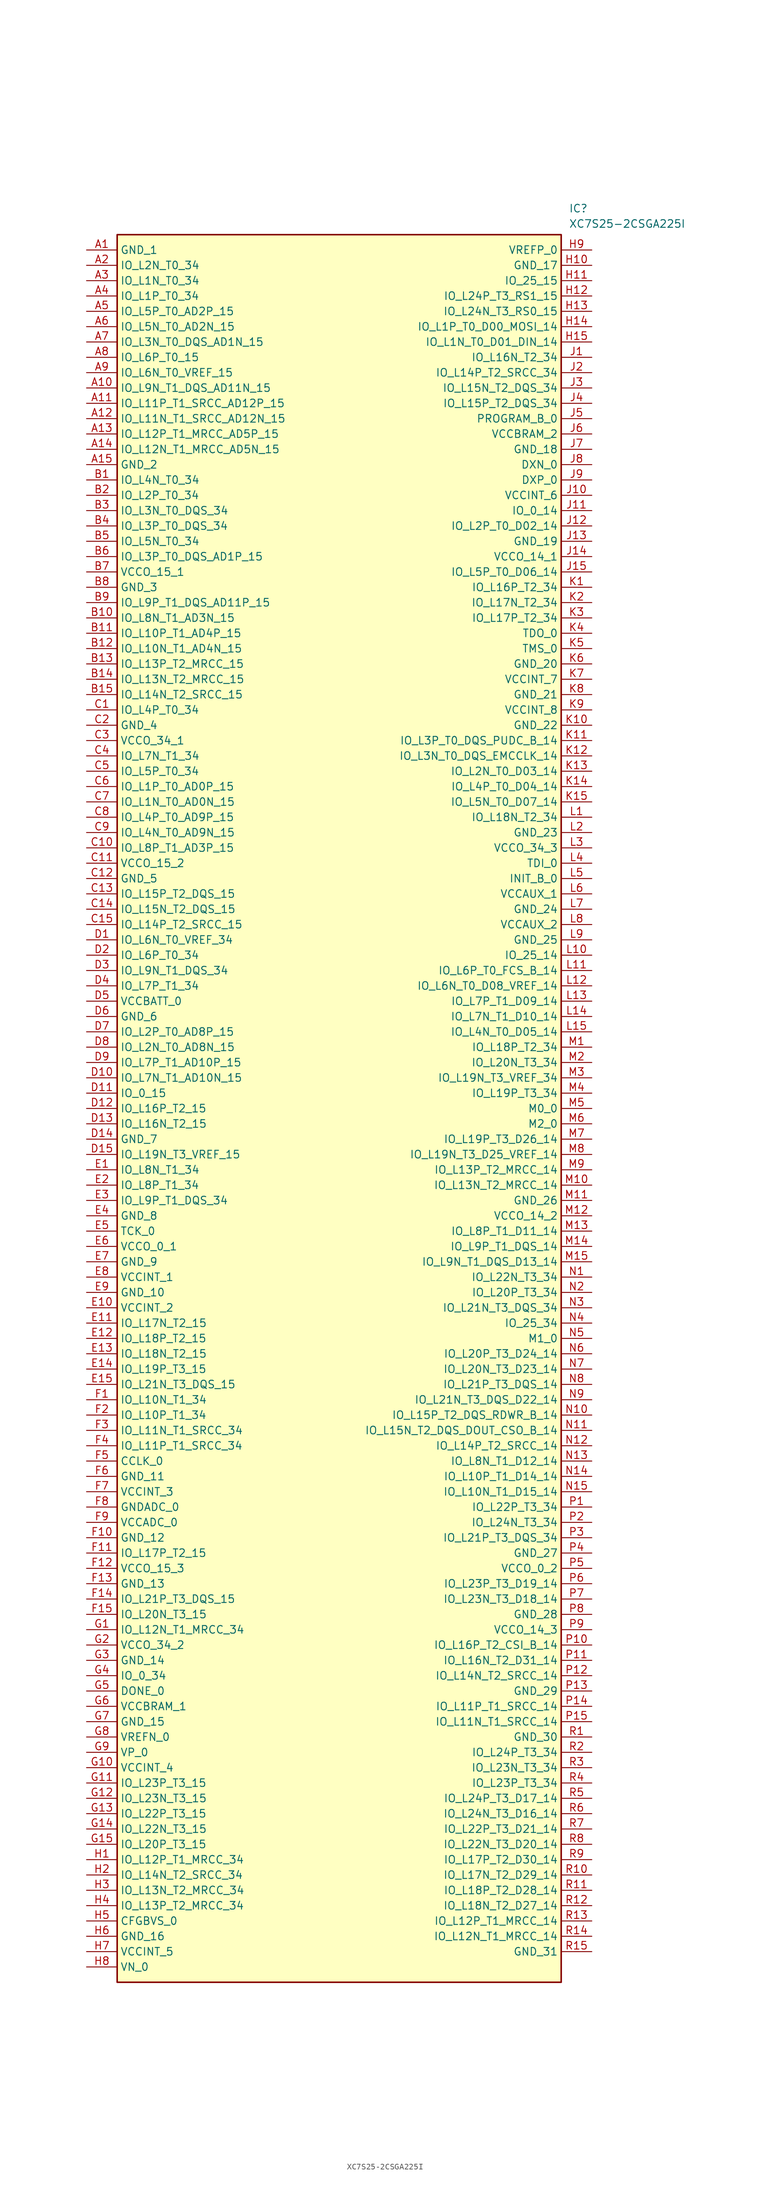
<source format=kicad_sym>
(kicad_symbol_lib
  (version 20211014)
  (generator SamacSys_ECAD_Model)
  (symbol "XC7S25-2CSGA225I"
    (property "Reference" "IC"
      (at 80.01 7.62 0)
      (effects (font (size 1.27 1.27)) (justify left top)))
    (property "Value" "XC7S25-2CSGA225I"
      (at 80.01 5.08 0)
      (effects (font (size 1.27 1.27)) (justify left top)))
    (rectangle
      (start 5.08 2.54)
      (end 78.74 -287.02)
      (stroke (width 0.254) (type default))
      (fill (type background)))
    (pin passive line
      (at 0 0 0)
      (length 5.08)
      (name "GND_1" (effects (font (size 1.27 1.27))))
      (number "A1" (effects (font (size 1.27 1.27)))))
    (pin passive line
      (at 0 -2.54 0)
      (length 5.08)
      (name "IO_L2N_T0_34" (effects (font (size 1.27 1.27))))
      (number "A2" (effects (font (size 1.27 1.27)))))
    (pin passive line
      (at 0 -5.08 0)
      (length 5.08)
      (name "IO_L1N_T0_34" (effects (font (size 1.27 1.27))))
      (number "A3" (effects (font (size 1.27 1.27)))))
    (pin passive line
      (at 0 -7.62 0)
      (length 5.08)
      (name "IO_L1P_T0_34" (effects (font (size 1.27 1.27))))
      (number "A4" (effects (font (size 1.27 1.27)))))
    (pin passive line
      (at 0 -10.16 0)
      (length 5.08)
      (name "IO_L5P_T0_AD2P_15" (effects (font (size 1.27 1.27))))
      (number "A5" (effects (font (size 1.27 1.27)))))
    (pin passive line
      (at 0 -12.7 0)
      (length 5.08)
      (name "IO_L5N_T0_AD2N_15" (effects (font (size 1.27 1.27))))
      (number "A6" (effects (font (size 1.27 1.27)))))
    (pin passive line
      (at 0 -15.24 0)
      (length 5.08)
      (name "IO_L3N_T0_DQS_AD1N_15" (effects (font (size 1.27 1.27))))
      (number "A7" (effects (font (size 1.27 1.27)))))
    (pin passive line
      (at 0 -17.78 0)
      (length 5.08)
      (name "IO_L6P_T0_15" (effects (font (size 1.27 1.27))))
      (number "A8" (effects (font (size 1.27 1.27)))))
    (pin passive line
      (at 0 -20.32 0)
      (length 5.08)
      (name "IO_L6N_T0_VREF_15" (effects (font (size 1.27 1.27))))
      (number "A9" (effects (font (size 1.27 1.27)))))
    (pin passive line
      (at 0 -22.86 0)
      (length 5.08)
      (name "IO_L9N_T1_DQS_AD11N_15" (effects (font (size 1.27 1.27))))
      (number "A10" (effects (font (size 1.27 1.27)))))
    (pin passive line
      (at 0 -25.4 0)
      (length 5.08)
      (name "IO_L11P_T1_SRCC_AD12P_15" (effects (font (size 1.27 1.27))))
      (number "A11" (effects (font (size 1.27 1.27)))))
    (pin passive line
      (at 0 -27.94 0)
      (length 5.08)
      (name "IO_L11N_T1_SRCC_AD12N_15" (effects (font (size 1.27 1.27))))
      (number "A12" (effects (font (size 1.27 1.27)))))
    (pin passive line
      (at 0 -30.48 0)
      (length 5.08)
      (name "IO_L12P_T1_MRCC_AD5P_15" (effects (font (size 1.27 1.27))))
      (number "A13" (effects (font (size 1.27 1.27)))))
    (pin passive line
      (at 0 -33.02 0)
      (length 5.08)
      (name "IO_L12N_T1_MRCC_AD5N_15" (effects (font (size 1.27 1.27))))
      (number "A14" (effects (font (size 1.27 1.27)))))
    (pin passive line
      (at 0 -35.56 0)
      (length 5.08)
      (name "GND_2" (effects (font (size 1.27 1.27))))
      (number "A15" (effects (font (size 1.27 1.27)))))
    (pin passive line
      (at 0 -38.1 0)
      (length 5.08)
      (name "IO_L4N_T0_34" (effects (font (size 1.27 1.27))))
      (number "B1" (effects (font (size 1.27 1.27)))))
    (pin passive line
      (at 0 -40.64 0)
      (length 5.08)
      (name "IO_L2P_T0_34" (effects (font (size 1.27 1.27))))
      (number "B2" (effects (font (size 1.27 1.27)))))
    (pin passive line
      (at 0 -43.18 0)
      (length 5.08)
      (name "IO_L3N_T0_DQS_34" (effects (font (size 1.27 1.27))))
      (number "B3" (effects (font (size 1.27 1.27)))))
    (pin passive line
      (at 0 -45.72 0)
      (length 5.08)
      (name "IO_L3P_T0_DQS_34" (effects (font (size 1.27 1.27))))
      (number "B4" (effects (font (size 1.27 1.27)))))
    (pin passive line
      (at 0 -48.26 0)
      (length 5.08)
      (name "IO_L5N_T0_34" (effects (font (size 1.27 1.27))))
      (number "B5" (effects (font (size 1.27 1.27)))))
    (pin passive line
      (at 0 -50.8 0)
      (length 5.08)
      (name "IO_L3P_T0_DQS_AD1P_15" (effects (font (size 1.27 1.27))))
      (number "B6" (effects (font (size 1.27 1.27)))))
    (pin passive line
      (at 0 -53.34 0)
      (length 5.08)
      (name "VCCO_15_1" (effects (font (size 1.27 1.27))))
      (number "B7" (effects (font (size 1.27 1.27)))))
    (pin passive line
      (at 0 -55.88 0)
      (length 5.08)
      (name "GND_3" (effects (font (size 1.27 1.27))))
      (number "B8" (effects (font (size 1.27 1.27)))))
    (pin passive line
      (at 0 -58.42 0)
      (length 5.08)
      (name "IO_L9P_T1_DQS_AD11P_15" (effects (font (size 1.27 1.27))))
      (number "B9" (effects (font (size 1.27 1.27)))))
    (pin passive line
      (at 0 -60.96 0)
      (length 5.08)
      (name "IO_L8N_T1_AD3N_15" (effects (font (size 1.27 1.27))))
      (number "B10" (effects (font (size 1.27 1.27)))))
    (pin passive line
      (at 0 -63.5 0)
      (length 5.08)
      (name "IO_L10P_T1_AD4P_15" (effects (font (size 1.27 1.27))))
      (number "B11" (effects (font (size 1.27 1.27)))))
    (pin passive line
      (at 0 -66.04 0)
      (length 5.08)
      (name "IO_L10N_T1_AD4N_15" (effects (font (size 1.27 1.27))))
      (number "B12" (effects (font (size 1.27 1.27)))))
    (pin passive line
      (at 0 -68.58 0)
      (length 5.08)
      (name "IO_L13P_T2_MRCC_15" (effects (font (size 1.27 1.27))))
      (number "B13" (effects (font (size 1.27 1.27)))))
    (pin passive line
      (at 0 -71.12 0)
      (length 5.08)
      (name "IO_L13N_T2_MRCC_15" (effects (font (size 1.27 1.27))))
      (number "B14" (effects (font (size 1.27 1.27)))))
    (pin passive line
      (at 0 -73.66 0)
      (length 5.08)
      (name "IO_L14N_T2_SRCC_15" (effects (font (size 1.27 1.27))))
      (number "B15" (effects (font (size 1.27 1.27)))))
    (pin passive line
      (at 0 -76.2 0)
      (length 5.08)
      (name "IO_L4P_T0_34" (effects (font (size 1.27 1.27))))
      (number "C1" (effects (font (size 1.27 1.27)))))
    (pin passive line
      (at 0 -78.74 0)
      (length 5.08)
      (name "GND_4" (effects (font (size 1.27 1.27))))
      (number "C2" (effects (font (size 1.27 1.27)))))
    (pin passive line
      (at 0 -81.28 0)
      (length 5.08)
      (name "VCCO_34_1" (effects (font (size 1.27 1.27))))
      (number "C3" (effects (font (size 1.27 1.27)))))
    (pin passive line
      (at 0 -83.82 0)
      (length 5.08)
      (name "IO_L7N_T1_34" (effects (font (size 1.27 1.27))))
      (number "C4" (effects (font (size 1.27 1.27)))))
    (pin passive line
      (at 0 -86.36 0)
      (length 5.08)
      (name "IO_L5P_T0_34" (effects (font (size 1.27 1.27))))
      (number "C5" (effects (font (size 1.27 1.27)))))
    (pin passive line
      (at 0 -88.9 0)
      (length 5.08)
      (name "IO_L1P_T0_AD0P_15" (effects (font (size 1.27 1.27))))
      (number "C6" (effects (font (size 1.27 1.27)))))
    (pin passive line
      (at 0 -91.44 0)
      (length 5.08)
      (name "IO_L1N_T0_AD0N_15" (effects (font (size 1.27 1.27))))
      (number "C7" (effects (font (size 1.27 1.27)))))
    (pin passive line
      (at 0 -93.98 0)
      (length 5.08)
      (name "IO_L4P_T0_AD9P_15" (effects (font (size 1.27 1.27))))
      (number "C8" (effects (font (size 1.27 1.27)))))
    (pin passive line
      (at 0 -96.52 0)
      (length 5.08)
      (name "IO_L4N_T0_AD9N_15" (effects (font (size 1.27 1.27))))
      (number "C9" (effects (font (size 1.27 1.27)))))
    (pin passive line
      (at 0 -99.06 0)
      (length 5.08)
      (name "IO_L8P_T1_AD3P_15" (effects (font (size 1.27 1.27))))
      (number "C10" (effects (font (size 1.27 1.27)))))
    (pin passive line
      (at 0 -101.6 0)
      (length 5.08)
      (name "VCCO_15_2" (effects (font (size 1.27 1.27))))
      (number "C11" (effects (font (size 1.27 1.27)))))
    (pin passive line
      (at 0 -104.14 0)
      (length 5.08)
      (name "GND_5" (effects (font (size 1.27 1.27))))
      (number "C12" (effects (font (size 1.27 1.27)))))
    (pin passive line
      (at 0 -106.68 0)
      (length 5.08)
      (name "IO_L15P_T2_DQS_15" (effects (font (size 1.27 1.27))))
      (number "C13" (effects (font (size 1.27 1.27)))))
    (pin passive line
      (at 0 -109.22 0)
      (length 5.08)
      (name "IO_L15N_T2_DQS_15" (effects (font (size 1.27 1.27))))
      (number "C14" (effects (font (size 1.27 1.27)))))
    (pin passive line
      (at 0 -111.76 0)
      (length 5.08)
      (name "IO_L14P_T2_SRCC_15" (effects (font (size 1.27 1.27))))
      (number "C15" (effects (font (size 1.27 1.27)))))
    (pin passive line
      (at 0 -114.3 0)
      (length 5.08)
      (name "IO_L6N_T0_VREF_34" (effects (font (size 1.27 1.27))))
      (number "D1" (effects (font (size 1.27 1.27)))))
    (pin passive line
      (at 0 -116.84 0)
      (length 5.08)
      (name "IO_L6P_T0_34" (effects (font (size 1.27 1.27))))
      (number "D2" (effects (font (size 1.27 1.27)))))
    (pin passive line
      (at 0 -119.38 0)
      (length 5.08)
      (name "IO_L9N_T1_DQS_34" (effects (font (size 1.27 1.27))))
      (number "D3" (effects (font (size 1.27 1.27)))))
    (pin passive line
      (at 0 -121.92 0)
      (length 5.08)
      (name "IO_L7P_T1_34" (effects (font (size 1.27 1.27))))
      (number "D4" (effects (font (size 1.27 1.27)))))
    (pin passive line
      (at 0 -124.46 0)
      (length 5.08)
      (name "VCCBATT_0" (effects (font (size 1.27 1.27))))
      (number "D5" (effects (font (size 1.27 1.27)))))
    (pin passive line
      (at 0 -127 0)
      (length 5.08)
      (name "GND_6" (effects (font (size 1.27 1.27))))
      (number "D6" (effects (font (size 1.27 1.27)))))
    (pin passive line
      (at 0 -129.54 0)
      (length 5.08)
      (name "IO_L2P_T0_AD8P_15" (effects (font (size 1.27 1.27))))
      (number "D7" (effects (font (size 1.27 1.27)))))
    (pin passive line
      (at 0 -132.08 0)
      (length 5.08)
      (name "IO_L2N_T0_AD8N_15" (effects (font (size 1.27 1.27))))
      (number "D8" (effects (font (size 1.27 1.27)))))
    (pin passive line
      (at 0 -134.62 0)
      (length 5.08)
      (name "IO_L7P_T1_AD10P_15" (effects (font (size 1.27 1.27))))
      (number "D9" (effects (font (size 1.27 1.27)))))
    (pin passive line
      (at 0 -137.16 0)
      (length 5.08)
      (name "IO_L7N_T1_AD10N_15" (effects (font (size 1.27 1.27))))
      (number "D10" (effects (font (size 1.27 1.27)))))
    (pin passive line
      (at 0 -139.7 0)
      (length 5.08)
      (name "IO_0_15" (effects (font (size 1.27 1.27))))
      (number "D11" (effects (font (size 1.27 1.27)))))
    (pin passive line
      (at 0 -142.24 0)
      (length 5.08)
      (name "IO_L16P_T2_15" (effects (font (size 1.27 1.27))))
      (number "D12" (effects (font (size 1.27 1.27)))))
    (pin passive line
      (at 0 -144.78 0)
      (length 5.08)
      (name "IO_L16N_T2_15" (effects (font (size 1.27 1.27))))
      (number "D13" (effects (font (size 1.27 1.27)))))
    (pin passive line
      (at 0 -147.32 0)
      (length 5.08)
      (name "GND_7" (effects (font (size 1.27 1.27))))
      (number "D14" (effects (font (size 1.27 1.27)))))
    (pin passive line
      (at 0 -149.86 0)
      (length 5.08)
      (name "IO_L19N_T3_VREF_15" (effects (font (size 1.27 1.27))))
      (number "D15" (effects (font (size 1.27 1.27)))))
    (pin passive line
      (at 0 -152.4 0)
      (length 5.08)
      (name "IO_L8N_T1_34" (effects (font (size 1.27 1.27))))
      (number "E1" (effects (font (size 1.27 1.27)))))
    (pin passive line
      (at 0 -154.94 0)
      (length 5.08)
      (name "IO_L8P_T1_34" (effects (font (size 1.27 1.27))))
      (number "E2" (effects (font (size 1.27 1.27)))))
    (pin passive line
      (at 0 -157.48 0)
      (length 5.08)
      (name "IO_L9P_T1_DQS_34" (effects (font (size 1.27 1.27))))
      (number "E3" (effects (font (size 1.27 1.27)))))
    (pin passive line
      (at 0 -160.02 0)
      (length 5.08)
      (name "GND_8" (effects (font (size 1.27 1.27))))
      (number "E4" (effects (font (size 1.27 1.27)))))
    (pin passive line
      (at 0 -162.56 0)
      (length 5.08)
      (name "TCK_0" (effects (font (size 1.27 1.27))))
      (number "E5" (effects (font (size 1.27 1.27)))))
    (pin passive line
      (at 0 -165.1 0)
      (length 5.08)
      (name "VCCO_0_1" (effects (font (size 1.27 1.27))))
      (number "E6" (effects (font (size 1.27 1.27)))))
    (pin passive line
      (at 0 -167.64 0)
      (length 5.08)
      (name "GND_9" (effects (font (size 1.27 1.27))))
      (number "E7" (effects (font (size 1.27 1.27)))))
    (pin passive line
      (at 0 -170.18 0)
      (length 5.08)
      (name "VCCINT_1" (effects (font (size 1.27 1.27))))
      (number "E8" (effects (font (size 1.27 1.27)))))
    (pin passive line
      (at 0 -172.72 0)
      (length 5.08)
      (name "GND_10" (effects (font (size 1.27 1.27))))
      (number "E9" (effects (font (size 1.27 1.27)))))
    (pin passive line
      (at 0 -175.26 0)
      (length 5.08)
      (name "VCCINT_2" (effects (font (size 1.27 1.27))))
      (number "E10" (effects (font (size 1.27 1.27)))))
    (pin passive line
      (at 0 -177.8 0)
      (length 5.08)
      (name "IO_L17N_T2_15" (effects (font (size 1.27 1.27))))
      (number "E11" (effects (font (size 1.27 1.27)))))
    (pin passive line
      (at 0 -180.34 0)
      (length 5.08)
      (name "IO_L18P_T2_15" (effects (font (size 1.27 1.27))))
      (number "E12" (effects (font (size 1.27 1.27)))))
    (pin passive line
      (at 0 -182.88 0)
      (length 5.08)
      (name "IO_L18N_T2_15" (effects (font (size 1.27 1.27))))
      (number "E13" (effects (font (size 1.27 1.27)))))
    (pin passive line
      (at 0 -185.42 0)
      (length 5.08)
      (name "IO_L19P_T3_15" (effects (font (size 1.27 1.27))))
      (number "E14" (effects (font (size 1.27 1.27)))))
    (pin passive line
      (at 0 -187.96 0)
      (length 5.08)
      (name "IO_L21N_T3_DQS_15" (effects (font (size 1.27 1.27))))
      (number "E15" (effects (font (size 1.27 1.27)))))
    (pin passive line
      (at 0 -190.5 0)
      (length 5.08)
      (name "IO_L10N_T1_34" (effects (font (size 1.27 1.27))))
      (number "F1" (effects (font (size 1.27 1.27)))))
    (pin passive line
      (at 0 -193.04 0)
      (length 5.08)
      (name "IO_L10P_T1_34" (effects (font (size 1.27 1.27))))
      (number "F2" (effects (font (size 1.27 1.27)))))
    (pin passive line
      (at 0 -195.58 0)
      (length 5.08)
      (name "IO_L11N_T1_SRCC_34" (effects (font (size 1.27 1.27))))
      (number "F3" (effects (font (size 1.27 1.27)))))
    (pin passive line
      (at 0 -198.12 0)
      (length 5.08)
      (name "IO_L11P_T1_SRCC_34" (effects (font (size 1.27 1.27))))
      (number "F4" (effects (font (size 1.27 1.27)))))
    (pin passive line
      (at 0 -200.66 0)
      (length 5.08)
      (name "CCLK_0" (effects (font (size 1.27 1.27))))
      (number "F5" (effects (font (size 1.27 1.27)))))
    (pin passive line
      (at 0 -203.2 0)
      (length 5.08)
      (name "GND_11" (effects (font (size 1.27 1.27))))
      (number "F6" (effects (font (size 1.27 1.27)))))
    (pin passive line
      (at 0 -205.74 0)
      (length 5.08)
      (name "VCCINT_3" (effects (font (size 1.27 1.27))))
      (number "F7" (effects (font (size 1.27 1.27)))))
    (pin passive line
      (at 0 -208.28 0)
      (length 5.08)
      (name "GNDADC_0" (effects (font (size 1.27 1.27))))
      (number "F8" (effects (font (size 1.27 1.27)))))
    (pin passive line
      (at 0 -210.82 0)
      (length 5.08)
      (name "VCCADC_0" (effects (font (size 1.27 1.27))))
      (number "F9" (effects (font (size 1.27 1.27)))))
    (pin passive line
      (at 0 -213.36 0)
      (length 5.08)
      (name "GND_12" (effects (font (size 1.27 1.27))))
      (number "F10" (effects (font (size 1.27 1.27)))))
    (pin passive line
      (at 0 -215.9 0)
      (length 5.08)
      (name "IO_L17P_T2_15" (effects (font (size 1.27 1.27))))
      (number "F11" (effects (font (size 1.27 1.27)))))
    (pin passive line
      (at 0 -218.44 0)
      (length 5.08)
      (name "VCCO_15_3" (effects (font (size 1.27 1.27))))
      (number "F12" (effects (font (size 1.27 1.27)))))
    (pin passive line
      (at 0 -220.98 0)
      (length 5.08)
      (name "GND_13" (effects (font (size 1.27 1.27))))
      (number "F13" (effects (font (size 1.27 1.27)))))
    (pin passive line
      (at 0 -223.52 0)
      (length 5.08)
      (name "IO_L21P_T3_DQS_15" (effects (font (size 1.27 1.27))))
      (number "F14" (effects (font (size 1.27 1.27)))))
    (pin passive line
      (at 0 -226.06 0)
      (length 5.08)
      (name "IO_L20N_T3_15" (effects (font (size 1.27 1.27))))
      (number "F15" (effects (font (size 1.27 1.27)))))
    (pin passive line
      (at 0 -228.6 0)
      (length 5.08)
      (name "IO_L12N_T1_MRCC_34" (effects (font (size 1.27 1.27))))
      (number "G1" (effects (font (size 1.27 1.27)))))
    (pin passive line
      (at 0 -231.14 0)
      (length 5.08)
      (name "VCCO_34_2" (effects (font (size 1.27 1.27))))
      (number "G2" (effects (font (size 1.27 1.27)))))
    (pin passive line
      (at 0 -233.68 0)
      (length 5.08)
      (name "GND_14" (effects (font (size 1.27 1.27))))
      (number "G3" (effects (font (size 1.27 1.27)))))
    (pin passive line
      (at 0 -236.22 0)
      (length 5.08)
      (name "IO_0_34" (effects (font (size 1.27 1.27))))
      (number "G4" (effects (font (size 1.27 1.27)))))
    (pin passive line
      (at 0 -238.76 0)
      (length 5.08)
      (name "DONE_0" (effects (font (size 1.27 1.27))))
      (number "G5" (effects (font (size 1.27 1.27)))))
    (pin passive line
      (at 0 -241.3 0)
      (length 5.08)
      (name "VCCBRAM_1" (effects (font (size 1.27 1.27))))
      (number "G6" (effects (font (size 1.27 1.27)))))
    (pin passive line
      (at 0 -243.84 0)
      (length 5.08)
      (name "GND_15" (effects (font (size 1.27 1.27))))
      (number "G7" (effects (font (size 1.27 1.27)))))
    (pin passive line
      (at 0 -246.38 0)
      (length 5.08)
      (name "VREFN_0" (effects (font (size 1.27 1.27))))
      (number "G8" (effects (font (size 1.27 1.27)))))
    (pin passive line
      (at 0 -248.92 0)
      (length 5.08)
      (name "VP_0" (effects (font (size 1.27 1.27))))
      (number "G9" (effects (font (size 1.27 1.27)))))
    (pin passive line
      (at 0 -251.46 0)
      (length 5.08)
      (name "VCCINT_4" (effects (font (size 1.27 1.27))))
      (number "G10" (effects (font (size 1.27 1.27)))))
    (pin passive line
      (at 0 -254 0)
      (length 5.08)
      (name "IO_L23P_T3_15" (effects (font (size 1.27 1.27))))
      (number "G11" (effects (font (size 1.27 1.27)))))
    (pin passive line
      (at 0 -256.54 0)
      (length 5.08)
      (name "IO_L23N_T3_15" (effects (font (size 1.27 1.27))))
      (number "G12" (effects (font (size 1.27 1.27)))))
    (pin passive line
      (at 0 -259.08 0)
      (length 5.08)
      (name "IO_L22P_T3_15" (effects (font (size 1.27 1.27))))
      (number "G13" (effects (font (size 1.27 1.27)))))
    (pin passive line
      (at 0 -261.62 0)
      (length 5.08)
      (name "IO_L22N_T3_15" (effects (font (size 1.27 1.27))))
      (number "G14" (effects (font (size 1.27 1.27)))))
    (pin passive line
      (at 0 -264.16 0)
      (length 5.08)
      (name "IO_L20P_T3_15" (effects (font (size 1.27 1.27))))
      (number "G15" (effects (font (size 1.27 1.27)))))
    (pin passive line
      (at 0 -266.7 0)
      (length 5.08)
      (name "IO_L12P_T1_MRCC_34" (effects (font (size 1.27 1.27))))
      (number "H1" (effects (font (size 1.27 1.27)))))
    (pin passive line
      (at 0 -269.24 0)
      (length 5.08)
      (name "IO_L14N_T2_SRCC_34" (effects (font (size 1.27 1.27))))
      (number "H2" (effects (font (size 1.27 1.27)))))
    (pin passive line
      (at 0 -271.78 0)
      (length 5.08)
      (name "IO_L13N_T2_MRCC_34" (effects (font (size 1.27 1.27))))
      (number "H3" (effects (font (size 1.27 1.27)))))
    (pin passive line
      (at 0 -274.32 0)
      (length 5.08)
      (name "IO_L13P_T2_MRCC_34" (effects (font (size 1.27 1.27))))
      (number "H4" (effects (font (size 1.27 1.27)))))
    (pin passive line
      (at 0 -276.86 0)
      (length 5.08)
      (name "CFGBVS_0" (effects (font (size 1.27 1.27))))
      (number "H5" (effects (font (size 1.27 1.27)))))
    (pin passive line
      (at 0 -279.4 0)
      (length 5.08)
      (name "GND_16" (effects (font (size 1.27 1.27))))
      (number "H6" (effects (font (size 1.27 1.27)))))
    (pin passive line
      (at 0 -281.94 0)
      (length 5.08)
      (name "VCCINT_5" (effects (font (size 1.27 1.27))))
      (number "H7" (effects (font (size 1.27 1.27)))))
    (pin passive line
      (at 0 -284.48 0)
      (length 5.08)
      (name "VN_0" (effects (font (size 1.27 1.27))))
      (number "H8" (effects (font (size 1.27 1.27)))))
    (pin passive line
      (at 83.82 0 180)
      (length 5.08)
      (name "VREFP_0" (effects (font (size 1.27 1.27))))
      (number "H9" (effects (font (size 1.27 1.27)))))
    (pin passive line
      (at 83.82 -2.54 180)
      (length 5.08)
      (name "GND_17" (effects (font (size 1.27 1.27))))
      (number "H10" (effects (font (size 1.27 1.27)))))
    (pin passive line
      (at 83.82 -5.08 180)
      (length 5.08)
      (name "IO_25_15" (effects (font (size 1.27 1.27))))
      (number "H11" (effects (font (size 1.27 1.27)))))
    (pin passive line
      (at 83.82 -7.62 180)
      (length 5.08)
      (name "IO_L24P_T3_RS1_15" (effects (font (size 1.27 1.27))))
      (number "H12" (effects (font (size 1.27 1.27)))))
    (pin passive line
      (at 83.82 -10.16 180)
      (length 5.08)
      (name "IO_L24N_T3_RS0_15" (effects (font (size 1.27 1.27))))
      (number "H13" (effects (font (size 1.27 1.27)))))
    (pin passive line
      (at 83.82 -12.7 180)
      (length 5.08)
      (name "IO_L1P_T0_D00_MOSI_14" (effects (font (size 1.27 1.27))))
      (number "H14" (effects (font (size 1.27 1.27)))))
    (pin passive line
      (at 83.82 -15.24 180)
      (length 5.08)
      (name "IO_L1N_T0_D01_DIN_14" (effects (font (size 1.27 1.27))))
      (number "H15" (effects (font (size 1.27 1.27)))))
    (pin passive line
      (at 83.82 -17.78 180)
      (length 5.08)
      (name "IO_L16N_T2_34" (effects (font (size 1.27 1.27))))
      (number "J1" (effects (font (size 1.27 1.27)))))
    (pin passive line
      (at 83.82 -20.32 180)
      (length 5.08)
      (name "IO_L14P_T2_SRCC_34" (effects (font (size 1.27 1.27))))
      (number "J2" (effects (font (size 1.27 1.27)))))
    (pin passive line
      (at 83.82 -22.86 180)
      (length 5.08)
      (name "IO_L15N_T2_DQS_34" (effects (font (size 1.27 1.27))))
      (number "J3" (effects (font (size 1.27 1.27)))))
    (pin passive line
      (at 83.82 -25.4 180)
      (length 5.08)
      (name "IO_L15P_T2_DQS_34" (effects (font (size 1.27 1.27))))
      (number "J4" (effects (font (size 1.27 1.27)))))
    (pin passive line
      (at 83.82 -27.94 180)
      (length 5.08)
      (name "PROGRAM_B_0" (effects (font (size 1.27 1.27))))
      (number "J5" (effects (font (size 1.27 1.27)))))
    (pin passive line
      (at 83.82 -30.48 180)
      (length 5.08)
      (name "VCCBRAM_2" (effects (font (size 1.27 1.27))))
      (number "J6" (effects (font (size 1.27 1.27)))))
    (pin passive line
      (at 83.82 -33.02 180)
      (length 5.08)
      (name "GND_18" (effects (font (size 1.27 1.27))))
      (number "J7" (effects (font (size 1.27 1.27)))))
    (pin passive line
      (at 83.82 -35.56 180)
      (length 5.08)
      (name "DXN_0" (effects (font (size 1.27 1.27))))
      (number "J8" (effects (font (size 1.27 1.27)))))
    (pin passive line
      (at 83.82 -38.1 180)
      (length 5.08)
      (name "DXP_0" (effects (font (size 1.27 1.27))))
      (number "J9" (effects (font (size 1.27 1.27)))))
    (pin passive line
      (at 83.82 -40.64 180)
      (length 5.08)
      (name "VCCINT_6" (effects (font (size 1.27 1.27))))
      (number "J10" (effects (font (size 1.27 1.27)))))
    (pin passive line
      (at 83.82 -43.18 180)
      (length 5.08)
      (name "IO_0_14" (effects (font (size 1.27 1.27))))
      (number "J11" (effects (font (size 1.27 1.27)))))
    (pin passive line
      (at 83.82 -45.72 180)
      (length 5.08)
      (name "IO_L2P_T0_D02_14" (effects (font (size 1.27 1.27))))
      (number "J12" (effects (font (size 1.27 1.27)))))
    (pin passive line
      (at 83.82 -48.26 180)
      (length 5.08)
      (name "GND_19" (effects (font (size 1.27 1.27))))
      (number "J13" (effects (font (size 1.27 1.27)))))
    (pin passive line
      (at 83.82 -50.8 180)
      (length 5.08)
      (name "VCCO_14_1" (effects (font (size 1.27 1.27))))
      (number "J14" (effects (font (size 1.27 1.27)))))
    (pin passive line
      (at 83.82 -53.34 180)
      (length 5.08)
      (name "IO_L5P_T0_D06_14" (effects (font (size 1.27 1.27))))
      (number "J15" (effects (font (size 1.27 1.27)))))
    (pin passive line
      (at 83.82 -55.88 180)
      (length 5.08)
      (name "IO_L16P_T2_34" (effects (font (size 1.27 1.27))))
      (number "K1" (effects (font (size 1.27 1.27)))))
    (pin passive line
      (at 83.82 -58.42 180)
      (length 5.08)
      (name "IO_L17N_T2_34" (effects (font (size 1.27 1.27))))
      (number "K2" (effects (font (size 1.27 1.27)))))
    (pin passive line
      (at 83.82 -60.96 180)
      (length 5.08)
      (name "IO_L17P_T2_34" (effects (font (size 1.27 1.27))))
      (number "K3" (effects (font (size 1.27 1.27)))))
    (pin passive line
      (at 83.82 -63.5 180)
      (length 5.08)
      (name "TDO_0" (effects (font (size 1.27 1.27))))
      (number "K4" (effects (font (size 1.27 1.27)))))
    (pin passive line
      (at 83.82 -66.04 180)
      (length 5.08)
      (name "TMS_0" (effects (font (size 1.27 1.27))))
      (number "K5" (effects (font (size 1.27 1.27)))))
    (pin passive line
      (at 83.82 -68.58 180)
      (length 5.08)
      (name "GND_20" (effects (font (size 1.27 1.27))))
      (number "K6" (effects (font (size 1.27 1.27)))))
    (pin passive line
      (at 83.82 -71.12 180)
      (length 5.08)
      (name "VCCINT_7" (effects (font (size 1.27 1.27))))
      (number "K7" (effects (font (size 1.27 1.27)))))
    (pin passive line
      (at 83.82 -73.66 180)
      (length 5.08)
      (name "GND_21" (effects (font (size 1.27 1.27))))
      (number "K8" (effects (font (size 1.27 1.27)))))
    (pin passive line
      (at 83.82 -76.2 180)
      (length 5.08)
      (name "VCCINT_8" (effects (font (size 1.27 1.27))))
      (number "K9" (effects (font (size 1.27 1.27)))))
    (pin passive line
      (at 83.82 -78.74 180)
      (length 5.08)
      (name "GND_22" (effects (font (size 1.27 1.27))))
      (number "K10" (effects (font (size 1.27 1.27)))))
    (pin passive line
      (at 83.82 -81.28 180)
      (length 5.08)
      (name "IO_L3P_T0_DQS_PUDC_B_14" (effects (font (size 1.27 1.27))))
      (number "K11" (effects (font (size 1.27 1.27)))))
    (pin passive line
      (at 83.82 -83.82 180)
      (length 5.08)
      (name "IO_L3N_T0_DQS_EMCCLK_14" (effects (font (size 1.27 1.27))))
      (number "K12" (effects (font (size 1.27 1.27)))))
    (pin passive line
      (at 83.82 -86.36 180)
      (length 5.08)
      (name "IO_L2N_T0_D03_14" (effects (font (size 1.27 1.27))))
      (number "K13" (effects (font (size 1.27 1.27)))))
    (pin passive line
      (at 83.82 -88.9 180)
      (length 5.08)
      (name "IO_L4P_T0_D04_14" (effects (font (size 1.27 1.27))))
      (number "K14" (effects (font (size 1.27 1.27)))))
    (pin passive line
      (at 83.82 -91.44 180)
      (length 5.08)
      (name "IO_L5N_T0_D07_14" (effects (font (size 1.27 1.27))))
      (number "K15" (effects (font (size 1.27 1.27)))))
    (pin passive line
      (at 83.82 -93.98 180)
      (length 5.08)
      (name "IO_L18N_T2_34" (effects (font (size 1.27 1.27))))
      (number "L1" (effects (font (size 1.27 1.27)))))
    (pin passive line
      (at 83.82 -96.52 180)
      (length 5.08)
      (name "GND_23" (effects (font (size 1.27 1.27))))
      (number "L2" (effects (font (size 1.27 1.27)))))
    (pin passive line
      (at 83.82 -99.06 180)
      (length 5.08)
      (name "VCCO_34_3" (effects (font (size 1.27 1.27))))
      (number "L3" (effects (font (size 1.27 1.27)))))
    (pin passive line
      (at 83.82 -101.6 180)
      (length 5.08)
      (name "TDI_0" (effects (font (size 1.27 1.27))))
      (number "L4" (effects (font (size 1.27 1.27)))))
    (pin passive line
      (at 83.82 -104.14 180)
      (length 5.08)
      (name "INIT_B_0" (effects (font (size 1.27 1.27))))
      (number "L5" (effects (font (size 1.27 1.27)))))
    (pin passive line
      (at 83.82 -106.68 180)
      (length 5.08)
      (name "VCCAUX_1" (effects (font (size 1.27 1.27))))
      (number "L6" (effects (font (size 1.27 1.27)))))
    (pin passive line
      (at 83.82 -109.22 180)
      (length 5.08)
      (name "GND_24" (effects (font (size 1.27 1.27))))
      (number "L7" (effects (font (size 1.27 1.27)))))
    (pin passive line
      (at 83.82 -111.76 180)
      (length 5.08)
      (name "VCCAUX_2" (effects (font (size 1.27 1.27))))
      (number "L8" (effects (font (size 1.27 1.27)))))
    (pin passive line
      (at 83.82 -114.3 180)
      (length 5.08)
      (name "GND_25" (effects (font (size 1.27 1.27))))
      (number "L9" (effects (font (size 1.27 1.27)))))
    (pin passive line
      (at 83.82 -116.84 180)
      (length 5.08)
      (name "IO_25_14" (effects (font (size 1.27 1.27))))
      (number "L10" (effects (font (size 1.27 1.27)))))
    (pin passive line
      (at 83.82 -119.38 180)
      (length 5.08)
      (name "IO_L6P_T0_FCS_B_14" (effects (font (size 1.27 1.27))))
      (number "L11" (effects (font (size 1.27 1.27)))))
    (pin passive line
      (at 83.82 -121.92 180)
      (length 5.08)
      (name "IO_L6N_T0_D08_VREF_14" (effects (font (size 1.27 1.27))))
      (number "L12" (effects (font (size 1.27 1.27)))))
    (pin passive line
      (at 83.82 -124.46 180)
      (length 5.08)
      (name "IO_L7P_T1_D09_14" (effects (font (size 1.27 1.27))))
      (number "L13" (effects (font (size 1.27 1.27)))))
    (pin passive line
      (at 83.82 -127 180)
      (length 5.08)
      (name "IO_L7N_T1_D10_14" (effects (font (size 1.27 1.27))))
      (number "L14" (effects (font (size 1.27 1.27)))))
    (pin passive line
      (at 83.82 -129.54 180)
      (length 5.08)
      (name "IO_L4N_T0_D05_14" (effects (font (size 1.27 1.27))))
      (number "L15" (effects (font (size 1.27 1.27)))))
    (pin passive line
      (at 83.82 -132.08 180)
      (length 5.08)
      (name "IO_L18P_T2_34" (effects (font (size 1.27 1.27))))
      (number "M1" (effects (font (size 1.27 1.27)))))
    (pin passive line
      (at 83.82 -134.62 180)
      (length 5.08)
      (name "IO_L20N_T3_34" (effects (font (size 1.27 1.27))))
      (number "M2" (effects (font (size 1.27 1.27)))))
    (pin passive line
      (at 83.82 -137.16 180)
      (length 5.08)
      (name "IO_L19N_T3_VREF_34" (effects (font (size 1.27 1.27))))
      (number "M3" (effects (font (size 1.27 1.27)))))
    (pin passive line
      (at 83.82 -139.7 180)
      (length 5.08)
      (name "IO_L19P_T3_34" (effects (font (size 1.27 1.27))))
      (number "M4" (effects (font (size 1.27 1.27)))))
    (pin passive line
      (at 83.82 -142.24 180)
      (length 5.08)
      (name "M0_0" (effects (font (size 1.27 1.27))))
      (number "M5" (effects (font (size 1.27 1.27)))))
    (pin passive line
      (at 83.82 -144.78 180)
      (length 5.08)
      (name "M2_0" (effects (font (size 1.27 1.27))))
      (number "M6" (effects (font (size 1.27 1.27)))))
    (pin passive line
      (at 83.82 -147.32 180)
      (length 5.08)
      (name "IO_L19P_T3_D26_14" (effects (font (size 1.27 1.27))))
      (number "M7" (effects (font (size 1.27 1.27)))))
    (pin passive line
      (at 83.82 -149.86 180)
      (length 5.08)
      (name "IO_L19N_T3_D25_VREF_14" (effects (font (size 1.27 1.27))))
      (number "M8" (effects (font (size 1.27 1.27)))))
    (pin passive line
      (at 83.82 -152.4 180)
      (length 5.08)
      (name "IO_L13P_T2_MRCC_14" (effects (font (size 1.27 1.27))))
      (number "M9" (effects (font (size 1.27 1.27)))))
    (pin passive line
      (at 83.82 -154.94 180)
      (length 5.08)
      (name "IO_L13N_T2_MRCC_14" (effects (font (size 1.27 1.27))))
      (number "M10" (effects (font (size 1.27 1.27)))))
    (pin passive line
      (at 83.82 -157.48 180)
      (length 5.08)
      (name "GND_26" (effects (font (size 1.27 1.27))))
      (number "M11" (effects (font (size 1.27 1.27)))))
    (pin passive line
      (at 83.82 -160.02 180)
      (length 5.08)
      (name "VCCO_14_2" (effects (font (size 1.27 1.27))))
      (number "M12" (effects (font (size 1.27 1.27)))))
    (pin passive line
      (at 83.82 -162.56 180)
      (length 5.08)
      (name "IO_L8P_T1_D11_14" (effects (font (size 1.27 1.27))))
      (number "M13" (effects (font (size 1.27 1.27)))))
    (pin passive line
      (at 83.82 -165.1 180)
      (length 5.08)
      (name "IO_L9P_T1_DQS_14" (effects (font (size 1.27 1.27))))
      (number "M14" (effects (font (size 1.27 1.27)))))
    (pin passive line
      (at 83.82 -167.64 180)
      (length 5.08)
      (name "IO_L9N_T1_DQS_D13_14" (effects (font (size 1.27 1.27))))
      (number "M15" (effects (font (size 1.27 1.27)))))
    (pin passive line
      (at 83.82 -170.18 180)
      (length 5.08)
      (name "IO_L22N_T3_34" (effects (font (size 1.27 1.27))))
      (number "N1" (effects (font (size 1.27 1.27)))))
    (pin passive line
      (at 83.82 -172.72 180)
      (length 5.08)
      (name "IO_L20P_T3_34" (effects (font (size 1.27 1.27))))
      (number "N2" (effects (font (size 1.27 1.27)))))
    (pin passive line
      (at 83.82 -175.26 180)
      (length 5.08)
      (name "IO_L21N_T3_DQS_34" (effects (font (size 1.27 1.27))))
      (number "N3" (effects (font (size 1.27 1.27)))))
    (pin passive line
      (at 83.82 -177.8 180)
      (length 5.08)
      (name "IO_25_34" (effects (font (size 1.27 1.27))))
      (number "N4" (effects (font (size 1.27 1.27)))))
    (pin passive line
      (at 83.82 -180.34 180)
      (length 5.08)
      (name "M1_0" (effects (font (size 1.27 1.27))))
      (number "N5" (effects (font (size 1.27 1.27)))))
    (pin passive line
      (at 83.82 -182.88 180)
      (length 5.08)
      (name "IO_L20P_T3_D24_14" (effects (font (size 1.27 1.27))))
      (number "N6" (effects (font (size 1.27 1.27)))))
    (pin passive line
      (at 83.82 -185.42 180)
      (length 5.08)
      (name "IO_L20N_T3_D23_14" (effects (font (size 1.27 1.27))))
      (number "N7" (effects (font (size 1.27 1.27)))))
    (pin passive line
      (at 83.82 -187.96 180)
      (length 5.08)
      (name "IO_L21P_T3_DQS_14" (effects (font (size 1.27 1.27))))
      (number "N8" (effects (font (size 1.27 1.27)))))
    (pin passive line
      (at 83.82 -190.5 180)
      (length 5.08)
      (name "IO_L21N_T3_DQS_D22_14" (effects (font (size 1.27 1.27))))
      (number "N9" (effects (font (size 1.27 1.27)))))
    (pin passive line
      (at 83.82 -193.04 180)
      (length 5.08)
      (name "IO_L15P_T2_DQS_RDWR_B_14" (effects (font (size 1.27 1.27))))
      (number "N10" (effects (font (size 1.27 1.27)))))
    (pin passive line
      (at 83.82 -195.58 180)
      (length 5.08)
      (name "IO_L15N_T2_DQS_DOUT_CSO_B_14" (effects (font (size 1.27 1.27))))
      (number "N11" (effects (font (size 1.27 1.27)))))
    (pin passive line
      (at 83.82 -198.12 180)
      (length 5.08)
      (name "IO_L14P_T2_SRCC_14" (effects (font (size 1.27 1.27))))
      (number "N12" (effects (font (size 1.27 1.27)))))
    (pin passive line
      (at 83.82 -200.66 180)
      (length 5.08)
      (name "IO_L8N_T1_D12_14" (effects (font (size 1.27 1.27))))
      (number "N13" (effects (font (size 1.27 1.27)))))
    (pin passive line
      (at 83.82 -203.2 180)
      (length 5.08)
      (name "IO_L10P_T1_D14_14" (effects (font (size 1.27 1.27))))
      (number "N14" (effects (font (size 1.27 1.27)))))
    (pin passive line
      (at 83.82 -205.74 180)
      (length 5.08)
      (name "IO_L10N_T1_D15_14" (effects (font (size 1.27 1.27))))
      (number "N15" (effects (font (size 1.27 1.27)))))
    (pin passive line
      (at 83.82 -208.28 180)
      (length 5.08)
      (name "IO_L22P_T3_34" (effects (font (size 1.27 1.27))))
      (number "P1" (effects (font (size 1.27 1.27)))))
    (pin passive line
      (at 83.82 -210.82 180)
      (length 5.08)
      (name "IO_L24N_T3_34" (effects (font (size 1.27 1.27))))
      (number "P2" (effects (font (size 1.27 1.27)))))
    (pin passive line
      (at 83.82 -213.36 180)
      (length 5.08)
      (name "IO_L21P_T3_DQS_34" (effects (font (size 1.27 1.27))))
      (number "P3" (effects (font (size 1.27 1.27)))))
    (pin passive line
      (at 83.82 -215.9 180)
      (length 5.08)
      (name "GND_27" (effects (font (size 1.27 1.27))))
      (number "P4" (effects (font (size 1.27 1.27)))))
    (pin passive line
      (at 83.82 -218.44 180)
      (length 5.08)
      (name "VCCO_0_2" (effects (font (size 1.27 1.27))))
      (number "P5" (effects (font (size 1.27 1.27)))))
    (pin passive line
      (at 83.82 -220.98 180)
      (length 5.08)
      (name "IO_L23P_T3_D19_14" (effects (font (size 1.27 1.27))))
      (number "P6" (effects (font (size 1.27 1.27)))))
    (pin passive line
      (at 83.82 -223.52 180)
      (length 5.08)
      (name "IO_L23N_T3_D18_14" (effects (font (size 1.27 1.27))))
      (number "P7" (effects (font (size 1.27 1.27)))))
    (pin passive line
      (at 83.82 -226.06 180)
      (length 5.08)
      (name "GND_28" (effects (font (size 1.27 1.27))))
      (number "P8" (effects (font (size 1.27 1.27)))))
    (pin passive line
      (at 83.82 -228.6 180)
      (length 5.08)
      (name "VCCO_14_3" (effects (font (size 1.27 1.27))))
      (number "P9" (effects (font (size 1.27 1.27)))))
    (pin passive line
      (at 83.82 -231.14 180)
      (length 5.08)
      (name "IO_L16P_T2_CSI_B_14" (effects (font (size 1.27 1.27))))
      (number "P10" (effects (font (size 1.27 1.27)))))
    (pin passive line
      (at 83.82 -233.68 180)
      (length 5.08)
      (name "IO_L16N_T2_D31_14" (effects (font (size 1.27 1.27))))
      (number "P11" (effects (font (size 1.27 1.27)))))
    (pin passive line
      (at 83.82 -236.22 180)
      (length 5.08)
      (name "IO_L14N_T2_SRCC_14" (effects (font (size 1.27 1.27))))
      (number "P12" (effects (font (size 1.27 1.27)))))
    (pin passive line
      (at 83.82 -238.76 180)
      (length 5.08)
      (name "GND_29" (effects (font (size 1.27 1.27))))
      (number "P13" (effects (font (size 1.27 1.27)))))
    (pin passive line
      (at 83.82 -241.3 180)
      (length 5.08)
      (name "IO_L11P_T1_SRCC_14" (effects (font (size 1.27 1.27))))
      (number "P14" (effects (font (size 1.27 1.27)))))
    (pin passive line
      (at 83.82 -243.84 180)
      (length 5.08)
      (name "IO_L11N_T1_SRCC_14" (effects (font (size 1.27 1.27))))
      (number "P15" (effects (font (size 1.27 1.27)))))
    (pin passive line
      (at 83.82 -246.38 180)
      (length 5.08)
      (name "GND_30" (effects (font (size 1.27 1.27))))
      (number "R1" (effects (font (size 1.27 1.27)))))
    (pin passive line
      (at 83.82 -248.92 180)
      (length 5.08)
      (name "IO_L24P_T3_34" (effects (font (size 1.27 1.27))))
      (number "R2" (effects (font (size 1.27 1.27)))))
    (pin passive line
      (at 83.82 -251.46 180)
      (length 5.08)
      (name "IO_L23N_T3_34" (effects (font (size 1.27 1.27))))
      (number "R3" (effects (font (size 1.27 1.27)))))
    (pin passive line
      (at 83.82 -254 180)
      (length 5.08)
      (name "IO_L23P_T3_34" (effects (font (size 1.27 1.27))))
      (number "R4" (effects (font (size 1.27 1.27)))))
    (pin passive line
      (at 83.82 -256.54 180)
      (length 5.08)
      (name "IO_L24P_T3_D17_14" (effects (font (size 1.27 1.27))))
      (number "R5" (effects (font (size 1.27 1.27)))))
    (pin passive line
      (at 83.82 -259.08 180)
      (length 5.08)
      (name "IO_L24N_T3_D16_14" (effects (font (size 1.27 1.27))))
      (number "R6" (effects (font (size 1.27 1.27)))))
    (pin passive line
      (at 83.82 -261.62 180)
      (length 5.08)
      (name "IO_L22P_T3_D21_14" (effects (font (size 1.27 1.27))))
      (number "R7" (effects (font (size 1.27 1.27)))))
    (pin passive line
      (at 83.82 -264.16 180)
      (length 5.08)
      (name "IO_L22N_T3_D20_14" (effects (font (size 1.27 1.27))))
      (number "R8" (effects (font (size 1.27 1.27)))))
    (pin passive line
      (at 83.82 -266.7 180)
      (length 5.08)
      (name "IO_L17P_T2_D30_14" (effects (font (size 1.27 1.27))))
      (number "R9" (effects (font (size 1.27 1.27)))))
    (pin passive line
      (at 83.82 -269.24 180)
      (length 5.08)
      (name "IO_L17N_T2_D29_14" (effects (font (size 1.27 1.27))))
      (number "R10" (effects (font (size 1.27 1.27)))))
    (pin passive line
      (at 83.82 -271.78 180)
      (length 5.08)
      (name "IO_L18P_T2_D28_14" (effects (font (size 1.27 1.27))))
      (number "R11" (effects (font (size 1.27 1.27)))))
    (pin passive line
      (at 83.82 -274.32 180)
      (length 5.08)
      (name "IO_L18N_T2_D27_14" (effects (font (size 1.27 1.27))))
      (number "R12" (effects (font (size 1.27 1.27)))))
    (pin passive line
      (at 83.82 -276.86 180)
      (length 5.08)
      (name "IO_L12P_T1_MRCC_14" (effects (font (size 1.27 1.27))))
      (number "R13" (effects (font (size 1.27 1.27)))))
    (pin passive line
      (at 83.82 -279.4 180)
      (length 5.08)
      (name "IO_L12N_T1_MRCC_14" (effects (font (size 1.27 1.27))))
      (number "R14" (effects (font (size 1.27 1.27)))))
    (pin passive line
      (at 83.82 -281.94 180)
      (length 5.08)
      (name "GND_31" (effects (font (size 1.27 1.27))))
      (number "R15" (effects (font (size 1.27 1.27)))))))
</source>
